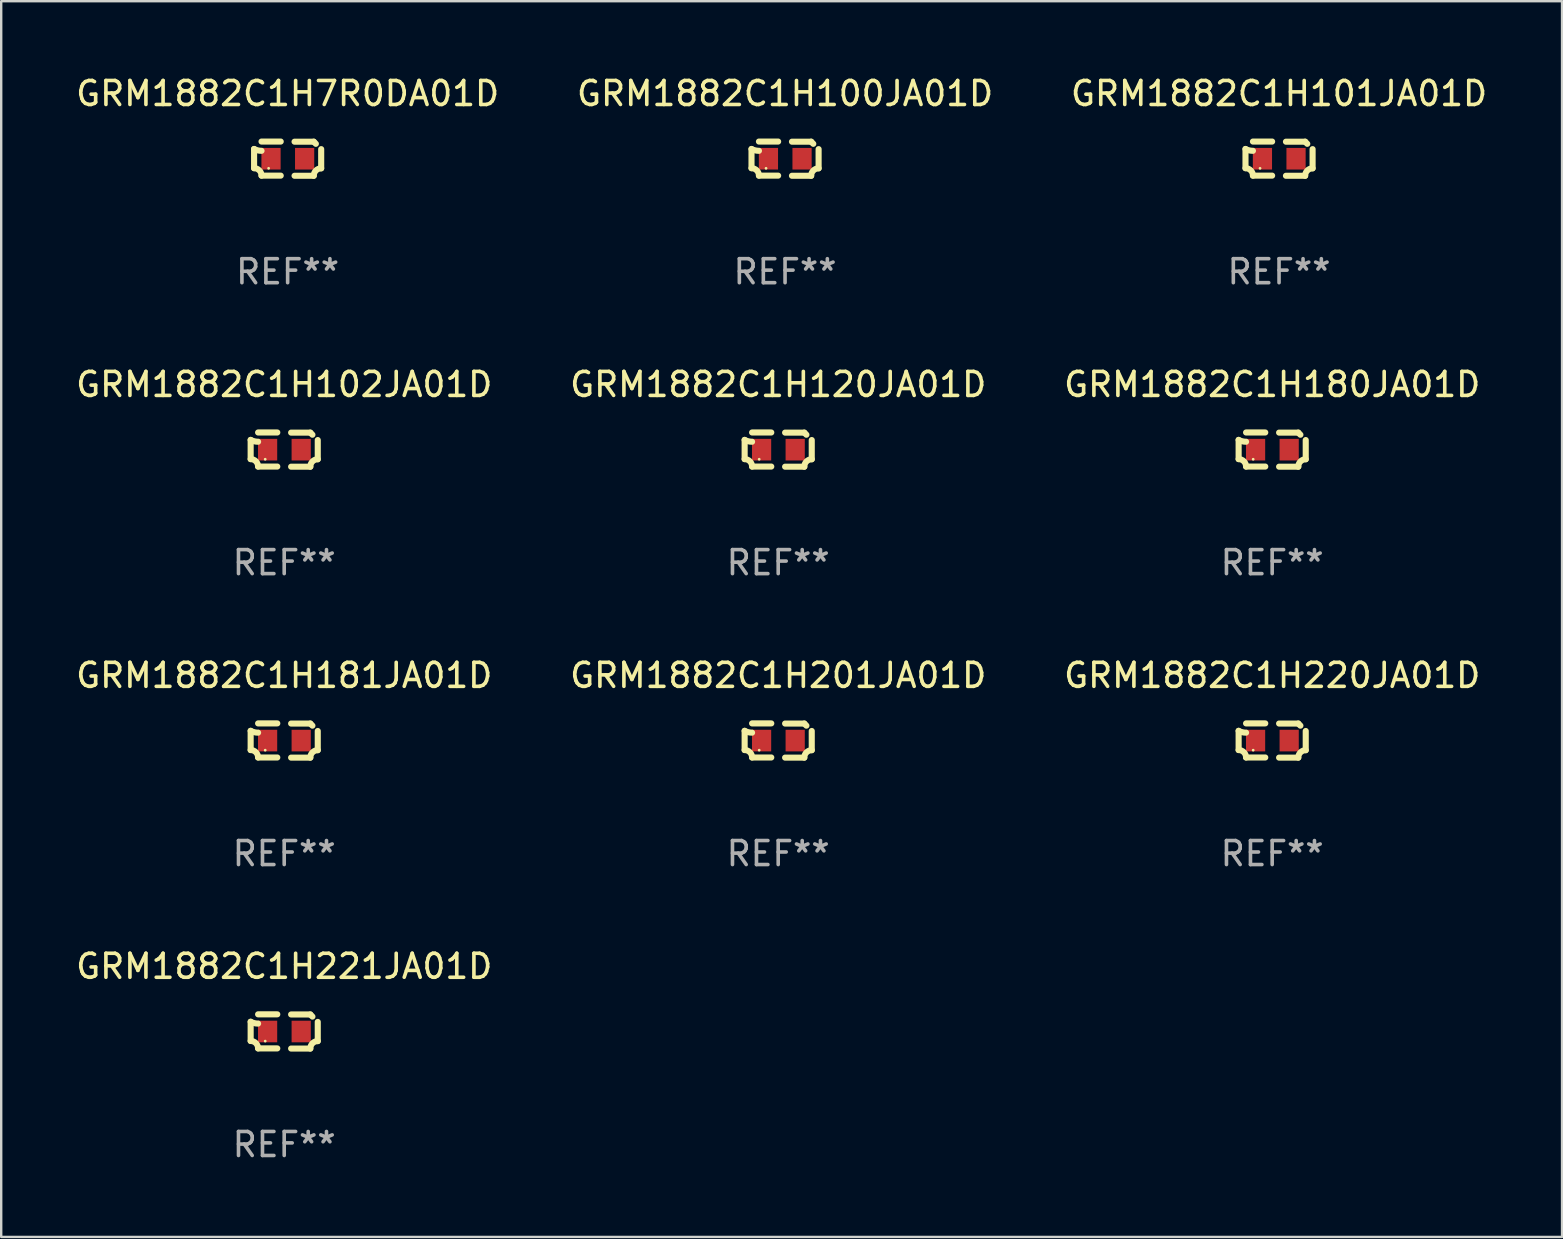
<source format=kicad_pcb>
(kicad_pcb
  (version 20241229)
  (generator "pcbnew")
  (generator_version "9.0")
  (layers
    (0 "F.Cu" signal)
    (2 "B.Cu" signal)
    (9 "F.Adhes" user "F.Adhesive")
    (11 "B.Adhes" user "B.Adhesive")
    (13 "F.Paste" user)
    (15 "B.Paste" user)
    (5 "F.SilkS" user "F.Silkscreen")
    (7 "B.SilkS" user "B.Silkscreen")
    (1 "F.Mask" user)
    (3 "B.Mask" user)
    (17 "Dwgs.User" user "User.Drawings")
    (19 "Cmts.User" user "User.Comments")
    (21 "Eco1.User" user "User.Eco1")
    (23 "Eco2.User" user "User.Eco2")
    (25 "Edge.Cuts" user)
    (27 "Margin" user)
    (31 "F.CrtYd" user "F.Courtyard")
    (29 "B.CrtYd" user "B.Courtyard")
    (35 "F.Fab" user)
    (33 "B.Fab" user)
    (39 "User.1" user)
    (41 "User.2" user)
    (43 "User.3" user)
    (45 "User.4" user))
  (footprint "GRM1882C1H100JA01D"
    (layer "F.Cu")
    (at 29.661 3.561)
    (property "Reference" "GRM1882C1H100JA01D" (at 0 -2.713 0) (layer "F.SilkS") (effects (font (size 1 1) (thickness 0.15))))
    (attr through_hole)
    (fp_line (start -1.398 -0.403) (end -1.398 0.397) (stroke (width 0.254) (type solid)) (layer "F.SilkS"))
    (fp_line (start -0.288 -0.713) (end -1.088 -0.713) (stroke (width 0.254) (type solid)) (layer "F.SilkS"))
    (fp_line (start -0.288 0.707) (end -1.088 0.707) (stroke (width 0.254) (type solid)) (layer "F.SilkS"))
    (fp_line (start 0.288 -0.707) (end 1.088 -0.707) (stroke (width 0.254) (type solid)) (layer "F.SilkS"))
    (fp_line (start 0.288 0.713) (end 1.088 0.713) (stroke (width 0.254) (type solid)) (layer "F.SilkS"))
    (fp_line (start 1.398 -0.397) (end 1.398 0.403) (stroke (width 0.254) (type solid)) (layer "F.SilkS"))
    (fp_arc (start -1.397789 0.397066) (mid -1.178701 0.487826) (end -1.08796 0.706922) (stroke (width 0.254001) (type solid)) (layer "F.SilkS"))
    (fp_arc (start -1.08796 -0.327176) (mid -1.247436 -0.346384) (end -1.39779 -0.402908) (stroke (width 0.254001) (type solid)) (layer "F.SilkS"))
    (fp_arc (start 1.087909 0.712738) (mid 1.178656 0.493655) (end 1.397739 0.402908) (stroke (width 0.254001) (type solid)) (layer "F.SilkS"))
    (fp_arc (start 1.175925 -0.618926) (mid 1.131917 -0.662923) (end 1.08791 -0.706922) (stroke (width 0.254001) (type solid)) (layer "F.SilkS"))
    (fp_circle (center -0.792 0.403) (end -0.762 0.403) (stroke (width 0.06) (type solid)) (fill no) (layer "F.SilkS"))
    (fp_text user "REF**" (at 0 4.713 0) (layer "F.Fab") (effects (font (size 1 1) (thickness 0.15))))
    (pad "1" smd rect (at -0.692 0.003) (size 0.8 0.9) (layers "F.Cu" "F.Mask" "F.Paste"))
    (pad "2" smd rect (at 0.708 0.003) (size 0.8 0.9) (layers "F.Cu" "F.Mask" "F.Paste")))
  (footprint "GRM1882C1H181JA01D"
    (layer "F.Cu")
    (at 8.792 27.805)
    (property "Reference" "GRM1882C1H181JA01D" (at 0 -2.713 0) (layer "F.SilkS") (effects (font (size 1 1) (thickness 0.15))))
    (attr through_hole)
    (fp_line (start -1.398 -0.403) (end -1.398 0.397) (stroke (width 0.254) (type solid)) (layer "F.SilkS"))
    (fp_line (start -0.288 -0.713) (end -1.088 -0.713) (stroke (width 0.254) (type solid)) (layer "F.SilkS"))
    (fp_line (start -0.288 0.707) (end -1.088 0.707) (stroke (width 0.254) (type solid)) (layer "F.SilkS"))
    (fp_line (start 0.288 -0.707) (end 1.088 -0.707) (stroke (width 0.254) (type solid)) (layer "F.SilkS"))
    (fp_line (start 0.288 0.713) (end 1.088 0.713) (stroke (width 0.254) (type solid)) (layer "F.SilkS"))
    (fp_line (start 1.398 -0.397) (end 1.398 0.403) (stroke (width 0.254) (type solid)) (layer "F.SilkS"))
    (fp_arc (start -1.397789 0.397066) (mid -1.178701 0.487826) (end -1.08796 0.706922) (stroke (width 0.254001) (type solid)) (layer "F.SilkS"))
    (fp_arc (start -1.08796 -0.327176) (mid -1.247436 -0.346384) (end -1.39779 -0.402908) (stroke (width 0.254001) (type solid)) (layer "F.SilkS"))
    (fp_arc (start 1.087909 0.712738) (mid 1.178656 0.493655) (end 1.397739 0.402908) (stroke (width 0.254001) (type solid)) (layer "F.SilkS"))
    (fp_arc (start 1.175925 -0.618926) (mid 1.131917 -0.662923) (end 1.08791 -0.706922) (stroke (width 0.254001) (type solid)) (layer "F.SilkS"))
    (fp_circle (center -0.792 0.403) (end -0.762 0.403) (stroke (width 0.06) (type solid)) (fill no) (layer "F.SilkS"))
    (fp_text user "REF**" (at 0 4.713 0) (layer "F.Fab") (effects (font (size 1 1) (thickness 0.15))))
    (pad "1" smd rect (at -0.692 0.003) (size 0.8 0.9) (layers "F.Cu" "F.Mask" "F.Paste"))
    (pad "2" smd rect (at 0.708 0.003) (size 0.8 0.9) (layers "F.Cu" "F.Mask" "F.Paste")))
  (footprint "GRM1882C1H180JA01D"
    (layer "F.Cu")
    (at 49.958 15.683)
    (property "Reference" "GRM1882C1H180JA01D" (at 0 -2.713 0) (layer "F.SilkS") (effects (font (size 1 1) (thickness 0.15))))
    (attr through_hole)
    (fp_line (start -1.398 -0.403) (end -1.398 0.397) (stroke (width 0.254) (type solid)) (layer "F.SilkS"))
    (fp_line (start -0.288 -0.713) (end -1.088 -0.713) (stroke (width 0.254) (type solid)) (layer "F.SilkS"))
    (fp_line (start -0.288 0.707) (end -1.088 0.707) (stroke (width 0.254) (type solid)) (layer "F.SilkS"))
    (fp_line (start 0.288 -0.707) (end 1.088 -0.707) (stroke (width 0.254) (type solid)) (layer "F.SilkS"))
    (fp_line (start 0.288 0.713) (end 1.088 0.713) (stroke (width 0.254) (type solid)) (layer "F.SilkS"))
    (fp_line (start 1.398 -0.397) (end 1.398 0.403) (stroke (width 0.254) (type solid)) (layer "F.SilkS"))
    (fp_arc (start -1.397789 0.397066) (mid -1.178701 0.487826) (end -1.08796 0.706922) (stroke (width 0.254001) (type solid)) (layer "F.SilkS"))
    (fp_arc (start -1.08796 -0.327176) (mid -1.247436 -0.346384) (end -1.39779 -0.402908) (stroke (width 0.254001) (type solid)) (layer "F.SilkS"))
    (fp_arc (start 1.087909 0.712738) (mid 1.178656 0.493655) (end 1.397739 0.402908) (stroke (width 0.254001) (type solid)) (layer "F.SilkS"))
    (fp_arc (start 1.175925 -0.618926) (mid 1.131917 -0.662923) (end 1.08791 -0.706922) (stroke (width 0.254001) (type solid)) (layer "F.SilkS"))
    (fp_circle (center -0.792 0.403) (end -0.762 0.403) (stroke (width 0.06) (type solid)) (fill no) (layer "F.SilkS"))
    (fp_text user "REF**" (at 0 4.713 0) (layer "F.Fab") (effects (font (size 1 1) (thickness 0.15))))
    (pad "1" smd rect (at -0.692 0.003) (size 0.8 0.9) (layers "F.Cu" "F.Mask" "F.Paste"))
    (pad "2" smd rect (at 0.708 0.003) (size 0.8 0.9) (layers "F.Cu" "F.Mask" "F.Paste")))
  (footprint "GRM1882C1H120JA01D"
    (layer "F.Cu")
    (at 29.375 15.683)
    (property "Reference" "GRM1882C1H120JA01D" (at 0 -2.713 0) (layer "F.SilkS") (effects (font (size 1 1) (thickness 0.15))))
    (attr through_hole)
    (fp_line (start -1.398 -0.403) (end -1.398 0.397) (stroke (width 0.254) (type solid)) (layer "F.SilkS"))
    (fp_line (start -0.288 -0.713) (end -1.088 -0.713) (stroke (width 0.254) (type solid)) (layer "F.SilkS"))
    (fp_line (start -0.288 0.707) (end -1.088 0.707) (stroke (width 0.254) (type solid)) (layer "F.SilkS"))
    (fp_line (start 0.288 -0.707) (end 1.088 -0.707) (stroke (width 0.254) (type solid)) (layer "F.SilkS"))
    (fp_line (start 0.288 0.713) (end 1.088 0.713) (stroke (width 0.254) (type solid)) (layer "F.SilkS"))
    (fp_line (start 1.398 -0.397) (end 1.398 0.403) (stroke (width 0.254) (type solid)) (layer "F.SilkS"))
    (fp_arc (start -1.397789 0.397066) (mid -1.178701 0.487826) (end -1.08796 0.706922) (stroke (width 0.254001) (type solid)) (layer "F.SilkS"))
    (fp_arc (start -1.08796 -0.327176) (mid -1.247436 -0.346384) (end -1.39779 -0.402908) (stroke (width 0.254001) (type solid)) (layer "F.SilkS"))
    (fp_arc (start 1.087909 0.712738) (mid 1.178656 0.493655) (end 1.397739 0.402908) (stroke (width 0.254001) (type solid)) (layer "F.SilkS"))
    (fp_arc (start 1.175925 -0.618926) (mid 1.131917 -0.662923) (end 1.08791 -0.706922) (stroke (width 0.254001) (type solid)) (layer "F.SilkS"))
    (fp_circle (center -0.792 0.403) (end -0.762 0.403) (stroke (width 0.06) (type solid)) (fill no) (layer "F.SilkS"))
    (fp_text user "REF**" (at 0 4.713 0) (layer "F.Fab") (effects (font (size 1 1) (thickness 0.15))))
    (pad "1" smd rect (at -0.692 0.003) (size 0.8 0.9) (layers "F.Cu" "F.Mask" "F.Paste"))
    (pad "2" smd rect (at 0.708 0.003) (size 0.8 0.9) (layers "F.Cu" "F.Mask" "F.Paste")))
  (footprint "GRM1882C1H201JA01D"
    (layer "F.Cu")
    (at 29.375 27.805)
    (property "Reference" "GRM1882C1H201JA01D" (at 0 -2.713 0) (layer "F.SilkS") (effects (font (size 1 1) (thickness 0.15))))
    (attr through_hole)
    (fp_line (start -1.398 -0.403) (end -1.398 0.397) (stroke (width 0.254) (type solid)) (layer "F.SilkS"))
    (fp_line (start -0.288 -0.713) (end -1.088 -0.713) (stroke (width 0.254) (type solid)) (layer "F.SilkS"))
    (fp_line (start -0.288 0.707) (end -1.088 0.707) (stroke (width 0.254) (type solid)) (layer "F.SilkS"))
    (fp_line (start 0.288 -0.707) (end 1.088 -0.707) (stroke (width 0.254) (type solid)) (layer "F.SilkS"))
    (fp_line (start 0.288 0.713) (end 1.088 0.713) (stroke (width 0.254) (type solid)) (layer "F.SilkS"))
    (fp_line (start 1.398 -0.397) (end 1.398 0.403) (stroke (width 0.254) (type solid)) (layer "F.SilkS"))
    (fp_arc (start -1.397789 0.397066) (mid -1.178701 0.487826) (end -1.08796 0.706922) (stroke (width 0.254001) (type solid)) (layer "F.SilkS"))
    (fp_arc (start -1.08796 -0.327176) (mid -1.247436 -0.346384) (end -1.39779 -0.402908) (stroke (width 0.254001) (type solid)) (layer "F.SilkS"))
    (fp_arc (start 1.087909 0.712738) (mid 1.178656 0.493655) (end 1.397739 0.402908) (stroke (width 0.254001) (type solid)) (layer "F.SilkS"))
    (fp_arc (start 1.175925 -0.618926) (mid 1.131917 -0.662923) (end 1.08791 -0.706922) (stroke (width 0.254001) (type solid)) (layer "F.SilkS"))
    (fp_circle (center -0.792 0.403) (end -0.762 0.403) (stroke (width 0.06) (type solid)) (fill no) (layer "F.SilkS"))
    (fp_text user "REF**" (at 0 4.713 0) (layer "F.Fab") (effects (font (size 1 1) (thickness 0.15))))
    (pad "1" smd rect (at -0.692 0.003) (size 0.8 0.9) (layers "F.Cu" "F.Mask" "F.Paste"))
    (pad "2" smd rect (at 0.708 0.003) (size 0.8 0.9) (layers "F.Cu" "F.Mask" "F.Paste")))
  (footprint "GRM1882C1H7R0DA01D"
    (layer "F.Cu")
    (at 8.935 3.561)
    (property "Reference" "GRM1882C1H7R0DA01D" (at 0 -2.713 0) (layer "F.SilkS") (effects (font (size 1 1) (thickness 0.15))))
    (attr through_hole)
    (fp_line (start -1.398 -0.403) (end -1.398 0.397) (stroke (width 0.254) (type solid)) (layer "F.SilkS"))
    (fp_line (start -0.288 -0.713) (end -1.088 -0.713) (stroke (width 0.254) (type solid)) (layer "F.SilkS"))
    (fp_line (start -0.288 0.707) (end -1.088 0.707) (stroke (width 0.254) (type solid)) (layer "F.SilkS"))
    (fp_line (start 0.288 -0.707) (end 1.088 -0.707) (stroke (width 0.254) (type solid)) (layer "F.SilkS"))
    (fp_line (start 0.288 0.713) (end 1.088 0.713) (stroke (width 0.254) (type solid)) (layer "F.SilkS"))
    (fp_line (start 1.398 -0.397) (end 1.398 0.403) (stroke (width 0.254) (type solid)) (layer "F.SilkS"))
    (fp_arc (start -1.397789 0.397066) (mid -1.178701 0.487826) (end -1.08796 0.706922) (stroke (width 0.254001) (type solid)) (layer "F.SilkS"))
    (fp_arc (start -1.08796 -0.327176) (mid -1.247436 -0.346384) (end -1.39779 -0.402908) (stroke (width 0.254001) (type solid)) (layer "F.SilkS"))
    (fp_arc (start 1.087909 0.712738) (mid 1.178656 0.493655) (end 1.397739 0.402908) (stroke (width 0.254001) (type solid)) (layer "F.SilkS"))
    (fp_arc (start 1.175925 -0.618926) (mid 1.131917 -0.662923) (end 1.08791 -0.706922) (stroke (width 0.254001) (type solid)) (layer "F.SilkS"))
    (fp_circle (center -0.792 0.403) (end -0.762 0.403) (stroke (width 0.06) (type solid)) (fill no) (layer "F.SilkS"))
    (fp_text user "REF**" (at 0 4.713 0) (layer "F.Fab") (effects (font (size 1 1) (thickness 0.15))))
    (pad "1" smd rect (at -0.692 0.003) (size 0.8 0.9) (layers "F.Cu" "F.Mask" "F.Paste"))
    (pad "2" smd rect (at 0.708 0.003) (size 0.8 0.9) (layers "F.Cu" "F.Mask" "F.Paste")))
  (footprint "GRM1882C1H220JA01D"
    (layer "F.Cu")
    (at 49.958 27.805)
    (property "Reference" "GRM1882C1H220JA01D" (at 0 -2.713 0) (layer "F.SilkS") (effects (font (size 1 1) (thickness 0.15))))
    (attr through_hole)
    (fp_line (start -1.398 -0.403) (end -1.398 0.397) (stroke (width 0.254) (type solid)) (layer "F.SilkS"))
    (fp_line (start -0.288 -0.713) (end -1.088 -0.713) (stroke (width 0.254) (type solid)) (layer "F.SilkS"))
    (fp_line (start -0.288 0.707) (end -1.088 0.707) (stroke (width 0.254) (type solid)) (layer "F.SilkS"))
    (fp_line (start 0.288 -0.707) (end 1.088 -0.707) (stroke (width 0.254) (type solid)) (layer "F.SilkS"))
    (fp_line (start 0.288 0.713) (end 1.088 0.713) (stroke (width 0.254) (type solid)) (layer "F.SilkS"))
    (fp_line (start 1.398 -0.397) (end 1.398 0.403) (stroke (width 0.254) (type solid)) (layer "F.SilkS"))
    (fp_arc (start -1.397789 0.397066) (mid -1.178701 0.487826) (end -1.08796 0.706922) (stroke (width 0.254001) (type solid)) (layer "F.SilkS"))
    (fp_arc (start -1.08796 -0.327176) (mid -1.247436 -0.346384) (end -1.39779 -0.402908) (stroke (width 0.254001) (type solid)) (layer "F.SilkS"))
    (fp_arc (start 1.087909 0.712738) (mid 1.178656 0.493655) (end 1.397739 0.402908) (stroke (width 0.254001) (type solid)) (layer "F.SilkS"))
    (fp_arc (start 1.175925 -0.618926) (mid 1.131917 -0.662923) (end 1.08791 -0.706922) (stroke (width 0.254001) (type solid)) (layer "F.SilkS"))
    (fp_circle (center -0.792 0.403) (end -0.762 0.403) (stroke (width 0.06) (type solid)) (fill no) (layer "F.SilkS"))
    (fp_text user "REF**" (at 0 4.713 0) (layer "F.Fab") (effects (font (size 1 1) (thickness 0.15))))
    (pad "1" smd rect (at -0.692 0.003) (size 0.8 0.9) (layers "F.Cu" "F.Mask" "F.Paste"))
    (pad "2" smd rect (at 0.708 0.003) (size 0.8 0.9) (layers "F.Cu" "F.Mask" "F.Paste")))
  (footprint "GRM1882C1H221JA01D"
    (layer "F.Cu")
    (at 8.792 39.927)
    (property "Reference" "GRM1882C1H221JA01D" (at 0 -2.713 0) (layer "F.SilkS") (effects (font (size 1 1) (thickness 0.15))))
    (attr through_hole)
    (fp_line (start -1.398 -0.403) (end -1.398 0.397) (stroke (width 0.254) (type solid)) (layer "F.SilkS"))
    (fp_line (start -0.288 -0.713) (end -1.088 -0.713) (stroke (width 0.254) (type solid)) (layer "F.SilkS"))
    (fp_line (start -0.288 0.707) (end -1.088 0.707) (stroke (width 0.254) (type solid)) (layer "F.SilkS"))
    (fp_line (start 0.288 -0.707) (end 1.088 -0.707) (stroke (width 0.254) (type solid)) (layer "F.SilkS"))
    (fp_line (start 0.288 0.713) (end 1.088 0.713) (stroke (width 0.254) (type solid)) (layer "F.SilkS"))
    (fp_line (start 1.398 -0.397) (end 1.398 0.403) (stroke (width 0.254) (type solid)) (layer "F.SilkS"))
    (fp_arc (start -1.397789 0.397066) (mid -1.178701 0.487826) (end -1.08796 0.706922) (stroke (width 0.254001) (type solid)) (layer "F.SilkS"))
    (fp_arc (start -1.08796 -0.327176) (mid -1.247436 -0.346384) (end -1.39779 -0.402908) (stroke (width 0.254001) (type solid)) (layer "F.SilkS"))
    (fp_arc (start 1.087909 0.712738) (mid 1.178656 0.493655) (end 1.397739 0.402908) (stroke (width 0.254001) (type solid)) (layer "F.SilkS"))
    (fp_arc (start 1.175925 -0.618926) (mid 1.131917 -0.662923) (end 1.08791 -0.706922) (stroke (width 0.254001) (type solid)) (layer "F.SilkS"))
    (fp_circle (center -0.792 0.403) (end -0.762 0.403) (stroke (width 0.06) (type solid)) (fill no) (layer "F.SilkS"))
    (fp_text user "REF**" (at 0 4.713 0) (layer "F.Fab") (effects (font (size 1 1) (thickness 0.15))))
    (pad "1" smd rect (at -0.692 0.003) (size 0.8 0.9) (layers "F.Cu" "F.Mask" "F.Paste"))
    (pad "2" smd rect (at 0.708 0.003) (size 0.8 0.9) (layers "F.Cu" "F.Mask" "F.Paste")))
  (footprint "GRM1882C1H101JA01D"
    (layer "F.Cu")
    (at 50.244 3.561)
    (property "Reference" "GRM1882C1H101JA01D" (at 0 -2.713 0) (layer "F.SilkS") (effects (font (size 1 1) (thickness 0.15))))
    (attr through_hole)
    (fp_line (start -1.398 -0.403) (end -1.398 0.397) (stroke (width 0.254) (type solid)) (layer "F.SilkS"))
    (fp_line (start -0.288 -0.713) (end -1.088 -0.713) (stroke (width 0.254) (type solid)) (layer "F.SilkS"))
    (fp_line (start -0.288 0.707) (end -1.088 0.707) (stroke (width 0.254) (type solid)) (layer "F.SilkS"))
    (fp_line (start 0.288 -0.707) (end 1.088 -0.707) (stroke (width 0.254) (type solid)) (layer "F.SilkS"))
    (fp_line (start 0.288 0.713) (end 1.088 0.713) (stroke (width 0.254) (type solid)) (layer "F.SilkS"))
    (fp_line (start 1.398 -0.397) (end 1.398 0.403) (stroke (width 0.254) (type solid)) (layer "F.SilkS"))
    (fp_arc (start -1.397789 0.397066) (mid -1.178701 0.487826) (end -1.08796 0.706922) (stroke (width 0.254001) (type solid)) (layer "F.SilkS"))
    (fp_arc (start -1.08796 -0.327176) (mid -1.247436 -0.346384) (end -1.39779 -0.402908) (stroke (width 0.254001) (type solid)) (layer "F.SilkS"))
    (fp_arc (start 1.087909 0.712738) (mid 1.178656 0.493655) (end 1.397739 0.402908) (stroke (width 0.254001) (type solid)) (layer "F.SilkS"))
    (fp_arc (start 1.175925 -0.618926) (mid 1.131917 -0.662923) (end 1.08791 -0.706922) (stroke (width 0.254001) (type solid)) (layer "F.SilkS"))
    (fp_circle (center -0.792 0.403) (end -0.762 0.403) (stroke (width 0.06) (type solid)) (fill no) (layer "F.SilkS"))
    (fp_text user "REF**" (at 0 4.713 0) (layer "F.Fab") (effects (font (size 1 1) (thickness 0.15))))
    (pad "1" smd rect (at -0.692 0.003) (size 0.8 0.9) (layers "F.Cu" "F.Mask" "F.Paste"))
    (pad "2" smd rect (at 0.708 0.003) (size 0.8 0.9) (layers "F.Cu" "F.Mask" "F.Paste")))
  (footprint "GRM1882C1H102JA01D"
    (layer "F.Cu")
    (at 8.792 15.683)
    (property "Reference" "GRM1882C1H102JA01D" (at 0 -2.713 0) (layer "F.SilkS") (effects (font (size 1 1) (thickness 0.15))))
    (attr through_hole)
    (fp_line (start -1.398 -0.403) (end -1.398 0.397) (stroke (width 0.254) (type solid)) (layer "F.SilkS"))
    (fp_line (start -0.288 -0.713) (end -1.088 -0.713) (stroke (width 0.254) (type solid)) (layer "F.SilkS"))
    (fp_line (start -0.288 0.707) (end -1.088 0.707) (stroke (width 0.254) (type solid)) (layer "F.SilkS"))
    (fp_line (start 0.288 -0.707) (end 1.088 -0.707) (stroke (width 0.254) (type solid)) (layer "F.SilkS"))
    (fp_line (start 0.288 0.713) (end 1.088 0.713) (stroke (width 0.254) (type solid)) (layer "F.SilkS"))
    (fp_line (start 1.398 -0.397) (end 1.398 0.403) (stroke (width 0.254) (type solid)) (layer "F.SilkS"))
    (fp_arc (start -1.397789 0.397066) (mid -1.178701 0.487826) (end -1.08796 0.706922) (stroke (width 0.254001) (type solid)) (layer "F.SilkS"))
    (fp_arc (start -1.08796 -0.327176) (mid -1.247436 -0.346384) (end -1.39779 -0.402908) (stroke (width 0.254001) (type solid)) (layer "F.SilkS"))
    (fp_arc (start 1.087909 0.712738) (mid 1.178656 0.493655) (end 1.397739 0.402908) (stroke (width 0.254001) (type solid)) (layer "F.SilkS"))
    (fp_arc (start 1.175925 -0.618926) (mid 1.131917 -0.662923) (end 1.08791 -0.706922) (stroke (width 0.254001) (type solid)) (layer "F.SilkS"))
    (fp_circle (center -0.792 0.403) (end -0.762 0.403) (stroke (width 0.06) (type solid)) (fill no) (layer "F.SilkS"))
    (fp_text user "REF**" (at 0 4.713 0) (layer "F.Fab") (effects (font (size 1 1) (thickness 0.15))))
    (pad "1" smd rect (at -0.692 0.003) (size 0.8 0.9) (layers "F.Cu" "F.Mask" "F.Paste"))
    (pad "2" smd rect (at 0.708 0.003) (size 0.8 0.9) (layers "F.Cu" "F.Mask" "F.Paste")))
  (gr_rect
    (start -3 -3)
    (end 62.036 48.488)
    (stroke (width 0.1) (type default))
    (fill no)
    (layer "Edge.Cuts")))
</source>
